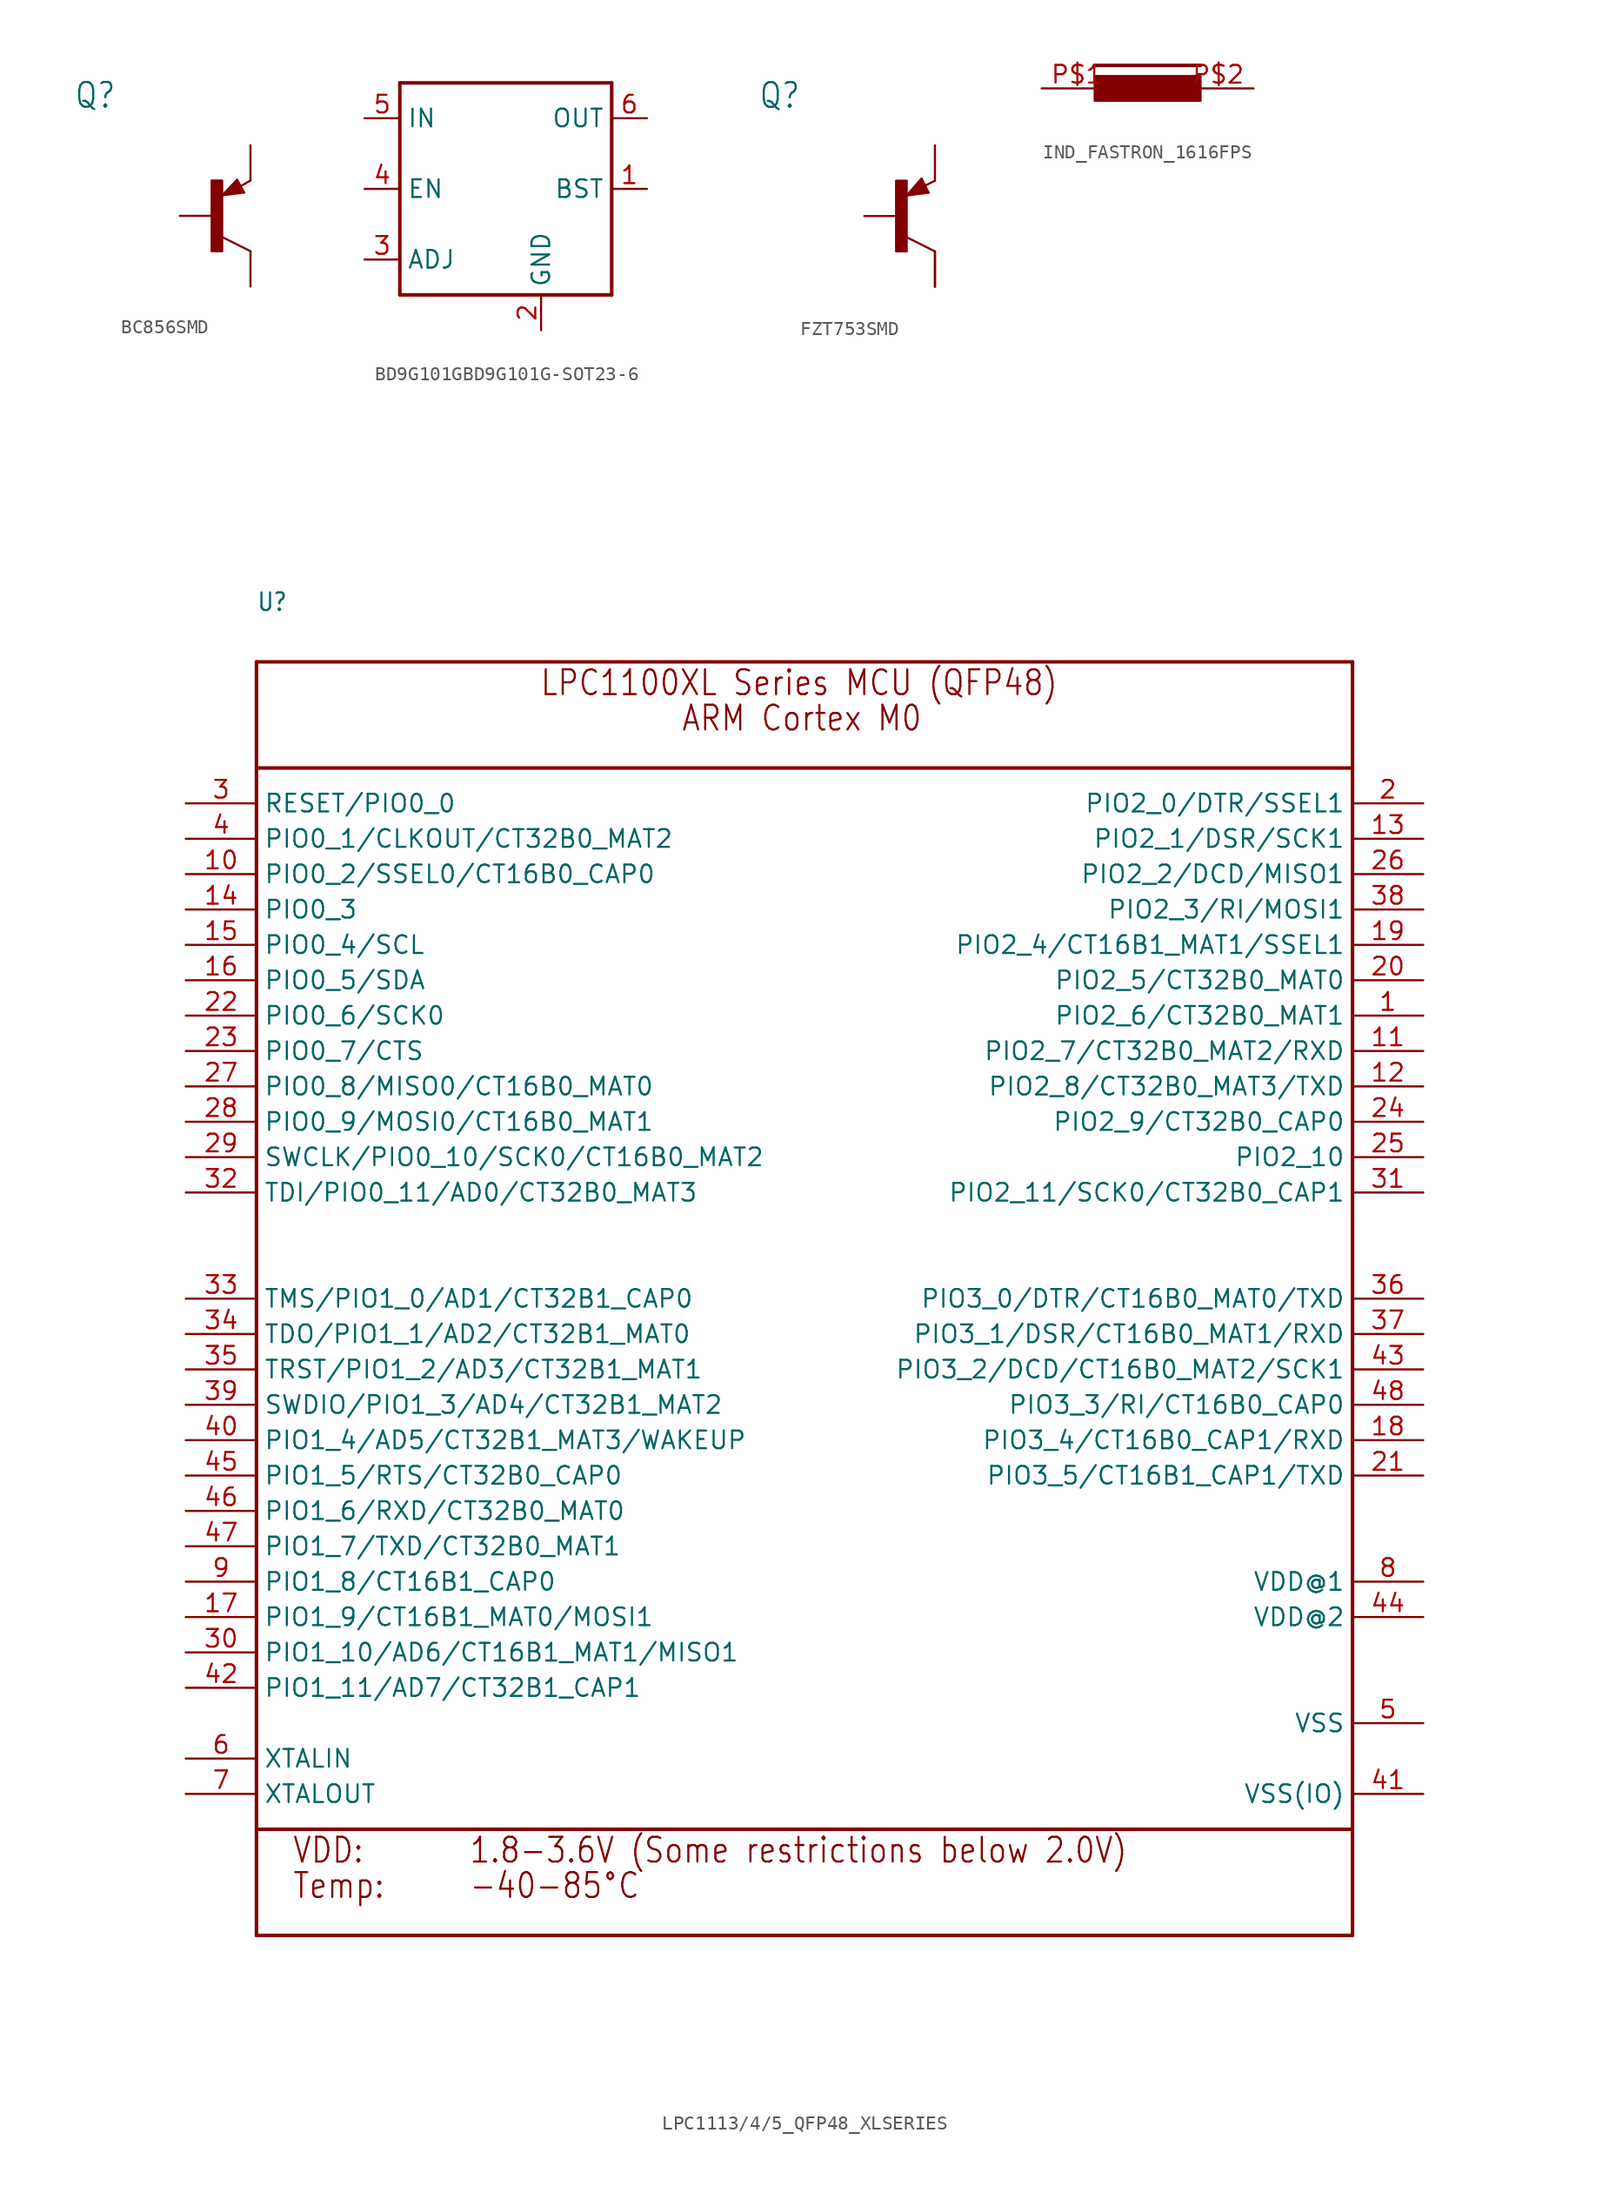
<source format=kicad_sym>
(kicad_symbol_lib
  (version 20220914)
  (generator kicad_symbol_editor)
  (symbol "BC856SMD"
    (property "Reference" "Q"
      (at -10.16 7.62 0)
      (effects (font (size 1.778 1.511)) (justify left bottom)))
    (property "Value" ""
      (at -10.16 5.08 0)
      (effects (font (size 1.778 1.511)) (justify left bottom)))
    (property "ki_locked" ""
      (at 0 0 0)
      (effects (font (size 1.27 1.27))))
    (symbol "BC856SMD_1_0"
      (rectangle (start -0.254 -2.54) (end 0.508 2.54) (stroke (width 0) (type default)) (fill (type outline)))
      (polyline (pts (xy 0.516 1.478) (xy 2.086 1.678)) (stroke (width 0.152) (type solid)) (fill (type none)))
      (polyline (pts (xy 0.762 1.651) (xy 1.778 1.778)) (stroke (width 0.254) (type solid)) (fill (type none)))
      (polyline (pts (xy 1.143 1.905) (xy 1.524 1.905)) (stroke (width 0.254) (type solid)) (fill (type none)))
      (polyline (pts (xy 1.524 2.159) (xy 1.143 1.905)) (stroke (width 0.254) (type solid)) (fill (type none)))
      (polyline (pts (xy 1.524 2.413) (xy 0.762 1.651)) (stroke (width 0.254) (type solid)) (fill (type none)))
      (polyline (pts (xy 1.578 2.594) (xy 0.516 1.478)) (stroke (width 0.152) (type solid)) (fill (type none)))
      (polyline (pts (xy 1.778 1.778) (xy 1.524 2.159)) (stroke (width 0.254) (type solid)) (fill (type none)))
      (polyline (pts (xy 1.905 1.778) (xy 1.524 2.413)) (stroke (width 0.254) (type solid)) (fill (type none)))
      (polyline (pts (xy 2.086 1.678) (xy 1.578 2.594)) (stroke (width 0.152) (type solid)) (fill (type none)))
      (polyline (pts (xy 2.54 -2.54) (xy 0.508 -1.524)) (stroke (width 0.152) (type solid)) (fill (type none)))
      (polyline (pts (xy 2.54 2.54) (xy 1.808 2.124)) (stroke (width 0.152) (type solid)) (fill (type none)))
      (pin passive line (at -2.54 0 0) (length 2.54) (name "B" (effects (font (size 0 0)))) (number "B" (effects (font (size 0 0)))))
      (pin passive line (at 2.54 -5.08 90) (length 2.54) (name "C" (effects (font (size 0 0)))) (number "C" (effects (font (size 0 0)))))
      (pin passive line (at 2.54 5.08 270) (length 2.54) (name "E" (effects (font (size 0 0)))) (number "E" (effects (font (size 0 0)))))))
  (symbol "BD9G101GBD9G101G-SOT23-6"
    (property "Reference" ""
      (at -7.62 8.89 0)
      (effects (font (size 1.778 1.511)) (justify left bottom) hide))
    (property "Value" ""
      (at 10.16 -7.62 0)
      (effects (font (size 1.778 1.511)) (justify left bottom)))
    (property "ki_locked" ""
      (at 0 0 0)
      (effects (font (size 1.27 1.27))))
    (symbol "BD9G101GBD9G101G-SOT23-6_1_0"
      (polyline (pts (xy -7.62 -7.62) (xy -7.62 7.62)) (stroke (width 0.254) (type solid)) (fill (type none)))
      (polyline (pts (xy -7.62 7.62) (xy 7.62 7.62)) (stroke (width 0.254) (type solid)) (fill (type none)))
      (polyline (pts (xy 7.62 -7.62) (xy -7.62 -7.62)) (stroke (width 0.254) (type solid)) (fill (type none)))
      (polyline (pts (xy 7.62 7.62) (xy 7.62 -7.62)) (stroke (width 0.254) (type solid)) (fill (type none)))
      (pin output line (at 10.16 0 180) (length 2.54) (name "BST" (effects (font (size 1.27 1.27)))) (number "1" (effects (font (size 1.27 1.27)))))
      (pin power_in line (at 2.54 -10.16 90) (length 2.54) (name "GND" (effects (font (size 1.27 1.27)))) (number "2" (effects (font (size 1.27 1.27)))))
      (pin passive line (at -10.16 -5.08 0) (length 2.54) (name "ADJ" (effects (font (size 1.27 1.27)))) (number "3" (effects (font (size 1.27 1.27)))))
      (pin input line (at -10.16 0 0) (length 2.54) (name "EN" (effects (font (size 1.27 1.27)))) (number "4" (effects (font (size 1.27 1.27)))))
      (pin input line (at -10.16 5.08 0) (length 2.54) (name "IN" (effects (font (size 1.27 1.27)))) (number "5" (effects (font (size 1.27 1.27)))))
      (pin output line (at 10.16 5.08 180) (length 2.54) (name "OUT" (effects (font (size 1.27 1.27)))) (number "6" (effects (font (size 1.27 1.27)))))))
  (symbol "FZT753SMD"
    (property "Reference" "Q"
      (at -10.16 7.62 0)
      (effects (font (size 1.778 1.511)) (justify left bottom)))
    (property "Value" ""
      (at -10.16 5.08 0)
      (effects (font (size 1.778 1.511)) (justify left bottom)))
    (property "ki_locked" ""
      (at 0 0 0)
      (effects (font (size 1.27 1.27))))
    (symbol "FZT753SMD_1_0"
      (rectangle (start -0.254 -2.54) (end 0.508 2.54) (stroke (width 0) (type default)) (fill (type outline)))
      (polyline (pts (xy 0.516 1.478) (xy 2.086 1.678)) (stroke (width 0.152) (type solid)) (fill (type none)))
      (polyline (pts (xy 0.762 1.651) (xy 1.905 1.778)) (stroke (width 0.254) (type solid)) (fill (type none)))
      (polyline (pts (xy 1.143 1.778) (xy 1.651 1.905)) (stroke (width 0.254) (type solid)) (fill (type none)))
      (polyline (pts (xy 1.524 2.413) (xy 1.143 1.778)) (stroke (width 0.254) (type solid)) (fill (type none)))
      (polyline (pts (xy 1.524 2.54) (xy 0.762 1.651)) (stroke (width 0.254) (type solid)) (fill (type none)))
      (polyline (pts (xy 1.578 2.694) (xy 0.516 1.478)) (stroke (width 0.152) (type solid)) (fill (type none)))
      (polyline (pts (xy 1.651 1.905) (xy 1.524 2.032)) (stroke (width 0.254) (type solid)) (fill (type none)))
      (polyline (pts (xy 1.905 1.778) (xy 1.524 2.413)) (stroke (width 0.254) (type solid)) (fill (type none)))
      (polyline (pts (xy 2.086 1.678) (xy 1.578 2.694)) (stroke (width 0.152) (type solid)) (fill (type none)))
      (polyline (pts (xy 2.54 -2.54) (xy 0.508 -1.524)) (stroke (width 0.152) (type solid)) (fill (type none)))
      (polyline (pts (xy 2.54 2.54) (xy 1.908 2.224)) (stroke (width 0.152) (type solid)) (fill (type none)))
      (pin passive line (at -2.54 0 0) (length 2.54) (name "B" (effects (font (size 0 0)))) (number "1" (effects (font (size 0 0)))))
      (pin passive line (at 2.54 -5.08 90) (length 2.54) (name "C" (effects (font (size 0 0)))) (number "2" (effects (font (size 0 0)))))
      (pin passive line (at 2.54 5.08 270) (length 2.54) (name "E" (effects (font (size 0 0)))) (number "3" (effects (font (size 0 0)))))
      (pin passive line (at 2.54 -2.54 270) (length 2.54) (name "C/" (effects (font (size 0 0)))) (number "4" (effects (font (size 0 0)))))))
  (symbol "IND_FASTRON_1616FPS"
    (property "Reference" ""
      (at -3.81 2.286 0)
      (effects (font (size 1.778 1.511)) (justify left bottom) hide))
    (property "Value" ""
      (at -3.937 -3.048 0)
      (effects (font (size 1.778 1.511)) (justify left bottom)))
    (property "ki_locked" ""
      (at 0 0 0)
      (effects (font (size 1.27 1.27))))
    (symbol "IND_FASTRON_1616FPS_1_0"
      (rectangle (start -3.81 -0.889) (end 3.81 0.889) (stroke (width 0) (type default)) (fill (type outline)))
      (polyline (pts (xy -3.81 1.651) (xy 3.81 1.651)) (stroke (width 0.254) (type solid)) (fill (type none)))
      (pin passive line (at -7.62 0 0) (length 5.08) (name "1" (effects (font (size 0 0)))) (number "P$1" (effects (font (size 1.27 1.27)))))
      (pin passive line (at 7.62 0 180) (length 5.08) (name "2" (effects (font (size 0 0)))) (number "P$2" (effects (font (size 1.27 1.27)))))))
  (symbol "LPC1113/4/5_QFP48_XLSERIES"
    (property "Reference" "U"
      (at -40.64 46.736 0)
      (effects (font (size 1.27 1.079)) (justify left bottom)))
    (property "Value" ""
      (at -40.64 -50.8 0)
      (effects (font (size 1.27 1.079)) (justify left bottom)))
    (property "ki_locked" ""
      (at 0 0 0)
      (effects (font (size 1.27 1.27))))
    (symbol "LPC1113/4/5_QFP48_XLSERIES_1_0"
      (polyline (pts (xy -40.64 -48.26) (xy -40.64 -40.64)) (stroke (width 0.254) (type solid)) (fill (type none)))
      (polyline (pts (xy -40.64 -40.64) (xy -40.64 35.56)) (stroke (width 0.254) (type solid)) (fill (type none)))
      (polyline (pts (xy -40.64 35.56) (xy -40.64 43.18)) (stroke (width 0.254) (type solid)) (fill (type none)))
      (polyline (pts (xy -40.64 35.56) (xy 38.1 35.56)) (stroke (width 0.254) (type solid)) (fill (type none)))
      (polyline (pts (xy -40.64 43.18) (xy 38.1 43.18)) (stroke (width 0.254) (type solid)) (fill (type none)))
      (polyline (pts (xy 38.1 -48.26) (xy -40.64 -48.26)) (stroke (width 0.254) (type solid)) (fill (type none)))
      (polyline (pts (xy 38.1 -40.64) (xy -40.64 -40.64)) (stroke (width 0.254) (type solid)) (fill (type none)))
      (polyline (pts (xy 38.1 -40.64) (xy 38.1 -48.26)) (stroke (width 0.254) (type solid)) (fill (type none)))
      (polyline (pts (xy 38.1 35.56) (xy 38.1 -40.64)) (stroke (width 0.254) (type solid)) (fill (type none)))
      (polyline (pts (xy 38.1 43.18) (xy 38.1 35.56)) (stroke (width 0.254) (type solid)) (fill (type none)))
      (text "-40-85°C" (at -25.4 -45.72 0) (effects (font (size 1.778 1.511)) (justify left bottom)))
      (text "1.8-3.6V (Some restrictions below 2.0V)" (at -25.4 -43.18 0) (effects (font (size 1.778 1.511)) (justify left bottom)))
      (text "ARM Cortex M0" (at -10.16 38.1 0) (effects (font (size 1.778 1.511)) (justify left bottom)))
      (text "LPC1100XL Series MCU (QFP48)" (at -20.32 40.64 0) (effects (font (size 1.778 1.511)) (justify left bottom)))
      (text "Temp:" (at -38.1 -45.72 0) (effects (font (size 1.778 1.511)) (justify left bottom)))
      (text "VDD:" (at -38.1 -43.18 0) (effects (font (size 1.778 1.511)) (justify left bottom)))
      (pin bidirectional line (at 43.18 17.78 180) (length 5.08) (name "PIO2_6/CT32B0_MAT1" (effects (font (size 1.27 1.27)))) (number "1" (effects (font (size 1.27 1.27)))))
      (pin bidirectional line (at -45.72 27.94 0) (length 5.08) (name "PIO0_2/SSEL0/CT16B0_CAP0" (effects (font (size 1.27 1.27)))) (number "10" (effects (font (size 1.27 1.27)))))
      (pin bidirectional line (at 43.18 15.24 180) (length 5.08) (name "PIO2_7/CT32B0_MAT2/RXD" (effects (font (size 1.27 1.27)))) (number "11" (effects (font (size 1.27 1.27)))))
      (pin bidirectional line (at 43.18 12.7 180) (length 5.08) (name "PIO2_8/CT32B0_MAT3/TXD" (effects (font (size 1.27 1.27)))) (number "12" (effects (font (size 1.27 1.27)))))
      (pin bidirectional line (at 43.18 30.48 180) (length 5.08) (name "PIO2_1/DSR/SCK1" (effects (font (size 1.27 1.27)))) (number "13" (effects (font (size 1.27 1.27)))))
      (pin bidirectional line (at -45.72 25.4 0) (length 5.08) (name "PIO0_3" (effects (font (size 1.27 1.27)))) (number "14" (effects (font (size 1.27 1.27)))))
      (pin bidirectional line (at -45.72 22.86 0) (length 5.08) (name "PIO0_4/SCL" (effects (font (size 1.27 1.27)))) (number "15" (effects (font (size 1.27 1.27)))))
      (pin bidirectional line (at -45.72 20.32 0) (length 5.08) (name "PIO0_5/SDA" (effects (font (size 1.27 1.27)))) (number "16" (effects (font (size 1.27 1.27)))))
      (pin bidirectional line (at -45.72 -25.4 0) (length 5.08) (name "PIO1_9/CT16B1_MAT0/MOSI1" (effects (font (size 1.27 1.27)))) (number "17" (effects (font (size 1.27 1.27)))))
      (pin bidirectional line (at 43.18 -12.7 180) (length 5.08) (name "PIO3_4/CT16B0_CAP1/RXD" (effects (font (size 1.27 1.27)))) (number "18" (effects (font (size 1.27 1.27)))))
      (pin bidirectional line (at 43.18 22.86 180) (length 5.08) (name "PIO2_4/CT16B1_MAT1/SSEL1" (effects (font (size 1.27 1.27)))) (number "19" (effects (font (size 1.27 1.27)))))
      (pin bidirectional line (at 43.18 33.02 180) (length 5.08) (name "PIO2_0/DTR/SSEL1" (effects (font (size 1.27 1.27)))) (number "2" (effects (font (size 1.27 1.27)))))
      (pin bidirectional line (at 43.18 20.32 180) (length 5.08) (name "PIO2_5/CT32B0_MAT0" (effects (font (size 1.27 1.27)))) (number "20" (effects (font (size 1.27 1.27)))))
      (pin bidirectional line (at 43.18 -15.24 180) (length 5.08) (name "PIO3_5/CT16B1_CAP1/TXD" (effects (font (size 1.27 1.27)))) (number "21" (effects (font (size 1.27 1.27)))))
      (pin bidirectional line (at -45.72 17.78 0) (length 5.08) (name "PIO0_6/SCK0" (effects (font (size 1.27 1.27)))) (number "22" (effects (font (size 1.27 1.27)))))
      (pin bidirectional line (at -45.72 15.24 0) (length 5.08) (name "PIO0_7/CTS" (effects (font (size 1.27 1.27)))) (number "23" (effects (font (size 1.27 1.27)))))
      (pin bidirectional line (at 43.18 10.16 180) (length 5.08) (name "PIO2_9/CT32B0_CAP0" (effects (font (size 1.27 1.27)))) (number "24" (effects (font (size 1.27 1.27)))))
      (pin bidirectional line (at 43.18 7.62 180) (length 5.08) (name "PIO2_10" (effects (font (size 1.27 1.27)))) (number "25" (effects (font (size 1.27 1.27)))))
      (pin bidirectional line (at 43.18 27.94 180) (length 5.08) (name "PIO2_2/DCD/MISO1" (effects (font (size 1.27 1.27)))) (number "26" (effects (font (size 1.27 1.27)))))
      (pin bidirectional line (at -45.72 12.7 0) (length 5.08) (name "PIO0_8/MISO0/CT16B0_MAT0" (effects (font (size 1.27 1.27)))) (number "27" (effects (font (size 1.27 1.27)))))
      (pin bidirectional line (at -45.72 10.16 0) (length 5.08) (name "PIO0_9/MOSI0/CT16B0_MAT1" (effects (font (size 1.27 1.27)))) (number "28" (effects (font (size 1.27 1.27)))))
      (pin bidirectional line (at -45.72 7.62 0) (length 5.08) (name "SWCLK/PIO0_10/SCK0/CT16B0_MAT2" (effects (font (size 1.27 1.27)))) (number "29" (effects (font (size 1.27 1.27)))))
      (pin bidirectional line (at -45.72 33.02 0) (length 5.08) (name "RESET/PIO0_0" (effects (font (size 1.27 1.27)))) (number "3" (effects (font (size 1.27 1.27)))))
      (pin bidirectional line (at -45.72 -27.94 0) (length 5.08) (name "PIO1_10/AD6/CT16B1_MAT1/MISO1" (effects (font (size 1.27 1.27)))) (number "30" (effects (font (size 1.27 1.27)))))
      (pin bidirectional line (at 43.18 5.08 180) (length 5.08) (name "PIO2_11/SCK0/CT32B0_CAP1" (effects (font (size 1.27 1.27)))) (number "31" (effects (font (size 1.27 1.27)))))
      (pin bidirectional line (at -45.72 5.08 0) (length 5.08) (name "TDI/PIO0_11/AD0/CT32B0_MAT3" (effects (font (size 1.27 1.27)))) (number "32" (effects (font (size 1.27 1.27)))))
      (pin bidirectional line (at -45.72 -2.54 0) (length 5.08) (name "TMS/PIO1_0/AD1/CT32B1_CAP0" (effects (font (size 1.27 1.27)))) (number "33" (effects (font (size 1.27 1.27)))))
      (pin bidirectional line (at -45.72 -5.08 0) (length 5.08) (name "TDO/PIO1_1/AD2/CT32B1_MAT0" (effects (font (size 1.27 1.27)))) (number "34" (effects (font (size 1.27 1.27)))))
      (pin bidirectional line (at -45.72 -7.62 0) (length 5.08) (name "TRST/PIO1_2/AD3/CT32B1_MAT1" (effects (font (size 1.27 1.27)))) (number "35" (effects (font (size 1.27 1.27)))))
      (pin bidirectional line (at 43.18 -2.54 180) (length 5.08) (name "PIO3_0/DTR/CT16B0_MAT0/TXD" (effects (font (size 1.27 1.27)))) (number "36" (effects (font (size 1.27 1.27)))))
      (pin bidirectional line (at 43.18 -5.08 180) (length 5.08) (name "PIO3_1/DSR/CT16B0_MAT1/RXD" (effects (font (size 1.27 1.27)))) (number "37" (effects (font (size 1.27 1.27)))))
      (pin bidirectional line (at 43.18 25.4 180) (length 5.08) (name "PIO2_3/RI/MOSI1" (effects (font (size 1.27 1.27)))) (number "38" (effects (font (size 1.27 1.27)))))
      (pin bidirectional line (at -45.72 -10.16 0) (length 5.08) (name "SWDIO/PIO1_3/AD4/CT32B1_MAT2" (effects (font (size 1.27 1.27)))) (number "39" (effects (font (size 1.27 1.27)))))
      (pin bidirectional line (at -45.72 30.48 0) (length 5.08) (name "PIO0_1/CLKOUT/CT32B0_MAT2" (effects (font (size 1.27 1.27)))) (number "4" (effects (font (size 1.27 1.27)))))
      (pin bidirectional line (at -45.72 -12.7 0) (length 5.08) (name "PIO1_4/AD5/CT32B1_MAT3/WAKEUP" (effects (font (size 1.27 1.27)))) (number "40" (effects (font (size 1.27 1.27)))))
      (pin power_in line (at 43.18 -38.1 180) (length 5.08) (name "VSS(IO)" (effects (font (size 1.27 1.27)))) (number "41" (effects (font (size 1.27 1.27)))))
      (pin bidirectional line (at -45.72 -30.48 0) (length 5.08) (name "PIO1_11/AD7/CT32B1_CAP1" (effects (font (size 1.27 1.27)))) (number "42" (effects (font (size 1.27 1.27)))))
      (pin bidirectional line (at 43.18 -7.62 180) (length 5.08) (name "PIO3_2/DCD/CT16B0_MAT2/SCK1" (effects (font (size 1.27 1.27)))) (number "43" (effects (font (size 1.27 1.27)))))
      (pin power_in line (at 43.18 -25.4 180) (length 5.08) (name "VDD@2" (effects (font (size 1.27 1.27)))) (number "44" (effects (font (size 1.27 1.27)))))
      (pin bidirectional line (at -45.72 -15.24 0) (length 5.08) (name "PIO1_5/RTS/CT32B0_CAP0" (effects (font (size 1.27 1.27)))) (number "45" (effects (font (size 1.27 1.27)))))
      (pin bidirectional line (at -45.72 -17.78 0) (length 5.08) (name "PIO1_6/RXD/CT32B0_MAT0" (effects (font (size 1.27 1.27)))) (number "46" (effects (font (size 1.27 1.27)))))
      (pin bidirectional line (at -45.72 -20.32 0) (length 5.08) (name "PIO1_7/TXD/CT32B0_MAT1" (effects (font (size 1.27 1.27)))) (number "47" (effects (font (size 1.27 1.27)))))
      (pin bidirectional line (at 43.18 -10.16 180) (length 5.08) (name "PIO3_3/RI/CT16B0_CAP0" (effects (font (size 1.27 1.27)))) (number "48" (effects (font (size 1.27 1.27)))))
      (pin power_in line (at 43.18 -33.02 180) (length 5.08) (name "VSS" (effects (font (size 1.27 1.27)))) (number "5" (effects (font (size 1.27 1.27)))))
      (pin input line (at -45.72 -35.56 0) (length 5.08) (name "XTALIN" (effects (font (size 1.27 1.27)))) (number "6" (effects (font (size 1.27 1.27)))))
      (pin output line (at -45.72 -38.1 0) (length 5.08) (name "XTALOUT" (effects (font (size 1.27 1.27)))) (number "7" (effects (font (size 1.27 1.27)))))
      (pin power_in line (at 43.18 -22.86 180) (length 5.08) (name "VDD@1" (effects (font (size 1.27 1.27)))) (number "8" (effects (font (size 1.27 1.27)))))
      (pin bidirectional line (at -45.72 -22.86 0) (length 5.08) (name "PIO1_8/CT16B1_CAP0" (effects (font (size 1.27 1.27)))) (number "9" (effects (font (size 1.27 1.27))))))))
</source>
